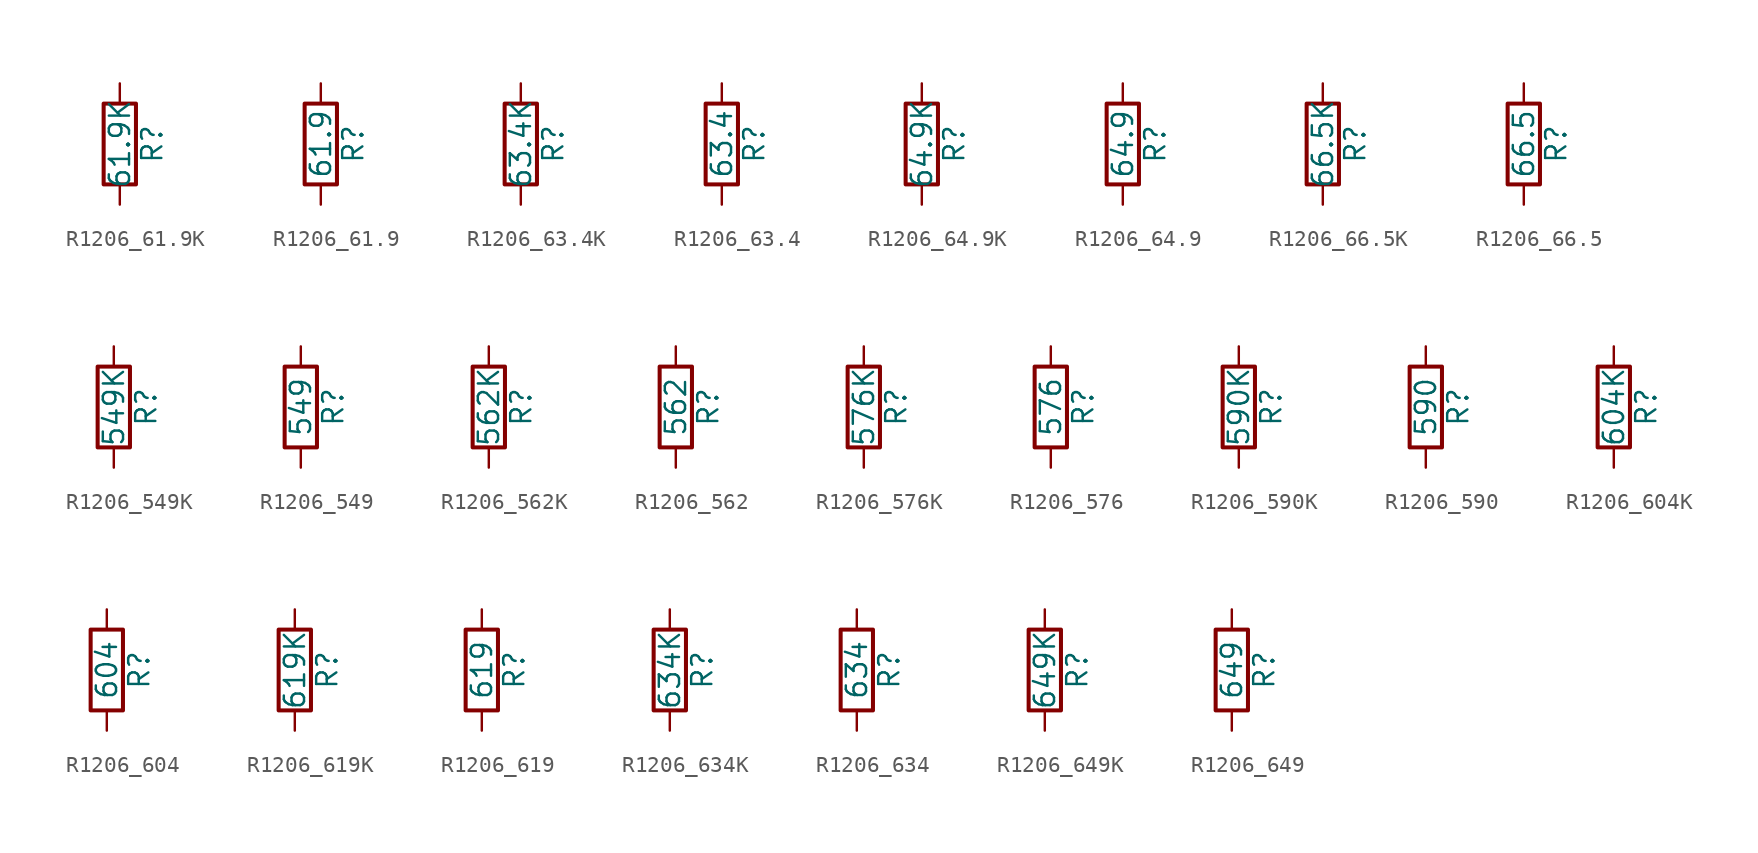
<source format=kicad_sym>
(kicad_symbol_lib
  (version 20211014)
  (generator atlantix-eda)
  (symbol "R1206_61.9K"
    (pin_numbers hide)
    (pin_names
      (offset 0))
    (property "Reference" "R"
      (at 2.032 0 90)
      (effects (font (size 1.27 1.27))))
    (property "Value" "61.9K"
      (at 0 0 90)
      (effects (font (size 1.27 1.27))))
    (symbol "R1206_61.9K_0_1"
      (rectangle (start -1.016 -2.54) (end 1.016 2.54) (stroke (width 0.254) (type default) (color 0 0 0 0)) (fill (type none))))
    (symbol "R1206_61.9K_1_1"
      (pin passive line (at 0 3.81 270) (length 1.27) (name "~" (effects (font (size 1.27 1.27)))) (number "1" (effects (font (size 1.27 1.27)))))
      (pin passive line (at 0 -3.81 90) (length 1.27) (name "~" (effects (font (size 1.27 1.27)))) (number "2" (effects (font (size 1.27 1.27)))))))
  (symbol "R1206_61.9"
    (pin_numbers hide)
    (pin_names
      (offset 0))
    (property "Reference" "R"
      (at 2.032 0 90)
      (effects (font (size 1.27 1.27))))
    (property "Value" "61.9"
      (at 0 0 90)
      (effects (font (size 1.27 1.27))))
    (symbol "R1206_61.9_0_1"
      (rectangle (start -1.016 -2.54) (end 1.016 2.54) (stroke (width 0.254) (type default) (color 0 0 0 0)) (fill (type none))))
    (symbol "R1206_61.9_1_1"
      (pin passive line (at 0 3.81 270) (length 1.27) (name "~" (effects (font (size 1.27 1.27)))) (number "1" (effects (font (size 1.27 1.27)))))
      (pin passive line (at 0 -3.81 90) (length 1.27) (name "~" (effects (font (size 1.27 1.27)))) (number "2" (effects (font (size 1.27 1.27)))))))
  (symbol "R1206_63.4K"
    (pin_numbers hide)
    (pin_names
      (offset 0))
    (property "Reference" "R"
      (at 2.032 0 90)
      (effects (font (size 1.27 1.27))))
    (property "Value" "63.4K"
      (at 0 0 90)
      (effects (font (size 1.27 1.27))))
    (symbol "R1206_63.4K_0_1"
      (rectangle (start -1.016 -2.54) (end 1.016 2.54) (stroke (width 0.254) (type default) (color 0 0 0 0)) (fill (type none))))
    (symbol "R1206_63.4K_1_1"
      (pin passive line (at 0 3.81 270) (length 1.27) (name "~" (effects (font (size 1.27 1.27)))) (number "1" (effects (font (size 1.27 1.27)))))
      (pin passive line (at 0 -3.81 90) (length 1.27) (name "~" (effects (font (size 1.27 1.27)))) (number "2" (effects (font (size 1.27 1.27)))))))
  (symbol "R1206_63.4"
    (pin_numbers hide)
    (pin_names
      (offset 0))
    (property "Reference" "R"
      (at 2.032 0 90)
      (effects (font (size 1.27 1.27))))
    (property "Value" "63.4"
      (at 0 0 90)
      (effects (font (size 1.27 1.27))))
    (symbol "R1206_63.4_0_1"
      (rectangle (start -1.016 -2.54) (end 1.016 2.54) (stroke (width 0.254) (type default) (color 0 0 0 0)) (fill (type none))))
    (symbol "R1206_63.4_1_1"
      (pin passive line (at 0 3.81 270) (length 1.27) (name "~" (effects (font (size 1.27 1.27)))) (number "1" (effects (font (size 1.27 1.27)))))
      (pin passive line (at 0 -3.81 90) (length 1.27) (name "~" (effects (font (size 1.27 1.27)))) (number "2" (effects (font (size 1.27 1.27)))))))
  (symbol "R1206_64.9K"
    (pin_numbers hide)
    (pin_names
      (offset 0))
    (property "Reference" "R"
      (at 2.032 0 90)
      (effects (font (size 1.27 1.27))))
    (property "Value" "64.9K"
      (at 0 0 90)
      (effects (font (size 1.27 1.27))))
    (symbol "R1206_64.9K_0_1"
      (rectangle (start -1.016 -2.54) (end 1.016 2.54) (stroke (width 0.254) (type default) (color 0 0 0 0)) (fill (type none))))
    (symbol "R1206_64.9K_1_1"
      (pin passive line (at 0 3.81 270) (length 1.27) (name "~" (effects (font (size 1.27 1.27)))) (number "1" (effects (font (size 1.27 1.27)))))
      (pin passive line (at 0 -3.81 90) (length 1.27) (name "~" (effects (font (size 1.27 1.27)))) (number "2" (effects (font (size 1.27 1.27)))))))
  (symbol "R1206_64.9"
    (pin_numbers hide)
    (pin_names
      (offset 0))
    (property "Reference" "R"
      (at 2.032 0 90)
      (effects (font (size 1.27 1.27))))
    (property "Value" "64.9"
      (at 0 0 90)
      (effects (font (size 1.27 1.27))))
    (symbol "R1206_64.9_0_1"
      (rectangle (start -1.016 -2.54) (end 1.016 2.54) (stroke (width 0.254) (type default) (color 0 0 0 0)) (fill (type none))))
    (symbol "R1206_64.9_1_1"
      (pin passive line (at 0 3.81 270) (length 1.27) (name "~" (effects (font (size 1.27 1.27)))) (number "1" (effects (font (size 1.27 1.27)))))
      (pin passive line (at 0 -3.81 90) (length 1.27) (name "~" (effects (font (size 1.27 1.27)))) (number "2" (effects (font (size 1.27 1.27)))))))
  (symbol "R1206_66.5K"
    (pin_numbers hide)
    (pin_names
      (offset 0))
    (property "Reference" "R"
      (at 2.032 0 90)
      (effects (font (size 1.27 1.27))))
    (property "Value" "66.5K"
      (at 0 0 90)
      (effects (font (size 1.27 1.27))))
    (symbol "R1206_66.5K_0_1"
      (rectangle (start -1.016 -2.54) (end 1.016 2.54) (stroke (width 0.254) (type default) (color 0 0 0 0)) (fill (type none))))
    (symbol "R1206_66.5K_1_1"
      (pin passive line (at 0 3.81 270) (length 1.27) (name "~" (effects (font (size 1.27 1.27)))) (number "1" (effects (font (size 1.27 1.27)))))
      (pin passive line (at 0 -3.81 90) (length 1.27) (name "~" (effects (font (size 1.27 1.27)))) (number "2" (effects (font (size 1.27 1.27)))))))
  (symbol "R1206_66.5"
    (pin_numbers hide)
    (pin_names
      (offset 0))
    (property "Reference" "R"
      (at 2.032 0 90)
      (effects (font (size 1.27 1.27))))
    (property "Value" "66.5"
      (at 0 0 90)
      (effects (font (size 1.27 1.27))))
    (symbol "R1206_66.5_0_1"
      (rectangle (start -1.016 -2.54) (end 1.016 2.54) (stroke (width 0.254) (type default) (color 0 0 0 0)) (fill (type none))))
    (symbol "R1206_66.5_1_1"
      (pin passive line (at 0 3.81 270) (length 1.27) (name "~" (effects (font (size 1.27 1.27)))) (number "1" (effects (font (size 1.27 1.27)))))
      (pin passive line (at 0 -3.81 90) (length 1.27) (name "~" (effects (font (size 1.27 1.27)))) (number "2" (effects (font (size 1.27 1.27)))))))
  (symbol "R1206_549K"
    (pin_numbers hide)
    (pin_names
      (offset 0))
    (property "Reference" "R"
      (at 2.032 0 90)
      (effects (font (size 1.27 1.27))))
    (property "Value" "549K"
      (at 0 0 90)
      (effects (font (size 1.27 1.27))))
    (symbol "R1206_549K_0_1"
      (rectangle (start -1.016 -2.54) (end 1.016 2.54) (stroke (width 0.254) (type default) (color 0 0 0 0)) (fill (type none))))
    (symbol "R1206_549K_1_1"
      (pin passive line (at 0 3.81 270) (length 1.27) (name "~" (effects (font (size 1.27 1.27)))) (number "1" (effects (font (size 1.27 1.27)))))
      (pin passive line (at 0 -3.81 90) (length 1.27) (name "~" (effects (font (size 1.27 1.27)))) (number "2" (effects (font (size 1.27 1.27)))))))
  (symbol "R1206_549"
    (pin_numbers hide)
    (pin_names
      (offset 0))
    (property "Reference" "R"
      (at 2.032 0 90)
      (effects (font (size 1.27 1.27))))
    (property "Value" "549"
      (at 0 0 90)
      (effects (font (size 1.27 1.27))))
    (symbol "R1206_549_0_1"
      (rectangle (start -1.016 -2.54) (end 1.016 2.54) (stroke (width 0.254) (type default) (color 0 0 0 0)) (fill (type none))))
    (symbol "R1206_549_1_1"
      (pin passive line (at 0 3.81 270) (length 1.27) (name "~" (effects (font (size 1.27 1.27)))) (number "1" (effects (font (size 1.27 1.27)))))
      (pin passive line (at 0 -3.81 90) (length 1.27) (name "~" (effects (font (size 1.27 1.27)))) (number "2" (effects (font (size 1.27 1.27)))))))
  (symbol "R1206_562K"
    (pin_numbers hide)
    (pin_names
      (offset 0))
    (property "Reference" "R"
      (at 2.032 0 90)
      (effects (font (size 1.27 1.27))))
    (property "Value" "562K"
      (at 0 0 90)
      (effects (font (size 1.27 1.27))))
    (symbol "R1206_562K_0_1"
      (rectangle (start -1.016 -2.54) (end 1.016 2.54) (stroke (width 0.254) (type default) (color 0 0 0 0)) (fill (type none))))
    (symbol "R1206_562K_1_1"
      (pin passive line (at 0 3.81 270) (length 1.27) (name "~" (effects (font (size 1.27 1.27)))) (number "1" (effects (font (size 1.27 1.27)))))
      (pin passive line (at 0 -3.81 90) (length 1.27) (name "~" (effects (font (size 1.27 1.27)))) (number "2" (effects (font (size 1.27 1.27)))))))
  (symbol "R1206_562"
    (pin_numbers hide)
    (pin_names
      (offset 0))
    (property "Reference" "R"
      (at 2.032 0 90)
      (effects (font (size 1.27 1.27))))
    (property "Value" "562"
      (at 0 0 90)
      (effects (font (size 1.27 1.27))))
    (symbol "R1206_562_0_1"
      (rectangle (start -1.016 -2.54) (end 1.016 2.54) (stroke (width 0.254) (type default) (color 0 0 0 0)) (fill (type none))))
    (symbol "R1206_562_1_1"
      (pin passive line (at 0 3.81 270) (length 1.27) (name "~" (effects (font (size 1.27 1.27)))) (number "1" (effects (font (size 1.27 1.27)))))
      (pin passive line (at 0 -3.81 90) (length 1.27) (name "~" (effects (font (size 1.27 1.27)))) (number "2" (effects (font (size 1.27 1.27)))))))
  (symbol "R1206_576K"
    (pin_numbers hide)
    (pin_names
      (offset 0))
    (property "Reference" "R"
      (at 2.032 0 90)
      (effects (font (size 1.27 1.27))))
    (property "Value" "576K"
      (at 0 0 90)
      (effects (font (size 1.27 1.27))))
    (symbol "R1206_576K_0_1"
      (rectangle (start -1.016 -2.54) (end 1.016 2.54) (stroke (width 0.254) (type default) (color 0 0 0 0)) (fill (type none))))
    (symbol "R1206_576K_1_1"
      (pin passive line (at 0 3.81 270) (length 1.27) (name "~" (effects (font (size 1.27 1.27)))) (number "1" (effects (font (size 1.27 1.27)))))
      (pin passive line (at 0 -3.81 90) (length 1.27) (name "~" (effects (font (size 1.27 1.27)))) (number "2" (effects (font (size 1.27 1.27)))))))
  (symbol "R1206_576"
    (pin_numbers hide)
    (pin_names
      (offset 0))
    (property "Reference" "R"
      (at 2.032 0 90)
      (effects (font (size 1.27 1.27))))
    (property "Value" "576"
      (at 0 0 90)
      (effects (font (size 1.27 1.27))))
    (symbol "R1206_576_0_1"
      (rectangle (start -1.016 -2.54) (end 1.016 2.54) (stroke (width 0.254) (type default) (color 0 0 0 0)) (fill (type none))))
    (symbol "R1206_576_1_1"
      (pin passive line (at 0 3.81 270) (length 1.27) (name "~" (effects (font (size 1.27 1.27)))) (number "1" (effects (font (size 1.27 1.27)))))
      (pin passive line (at 0 -3.81 90) (length 1.27) (name "~" (effects (font (size 1.27 1.27)))) (number "2" (effects (font (size 1.27 1.27)))))))
  (symbol "R1206_590K"
    (pin_numbers hide)
    (pin_names
      (offset 0))
    (property "Reference" "R"
      (at 2.032 0 90)
      (effects (font (size 1.27 1.27))))
    (property "Value" "590K"
      (at 0 0 90)
      (effects (font (size 1.27 1.27))))
    (symbol "R1206_590K_0_1"
      (rectangle (start -1.016 -2.54) (end 1.016 2.54) (stroke (width 0.254) (type default) (color 0 0 0 0)) (fill (type none))))
    (symbol "R1206_590K_1_1"
      (pin passive line (at 0 3.81 270) (length 1.27) (name "~" (effects (font (size 1.27 1.27)))) (number "1" (effects (font (size 1.27 1.27)))))
      (pin passive line (at 0 -3.81 90) (length 1.27) (name "~" (effects (font (size 1.27 1.27)))) (number "2" (effects (font (size 1.27 1.27)))))))
  (symbol "R1206_590"
    (pin_numbers hide)
    (pin_names
      (offset 0))
    (property "Reference" "R"
      (at 2.032 0 90)
      (effects (font (size 1.27 1.27))))
    (property "Value" "590"
      (at 0 0 90)
      (effects (font (size 1.27 1.27))))
    (symbol "R1206_590_0_1"
      (rectangle (start -1.016 -2.54) (end 1.016 2.54) (stroke (width 0.254) (type default) (color 0 0 0 0)) (fill (type none))))
    (symbol "R1206_590_1_1"
      (pin passive line (at 0 3.81 270) (length 1.27) (name "~" (effects (font (size 1.27 1.27)))) (number "1" (effects (font (size 1.27 1.27)))))
      (pin passive line (at 0 -3.81 90) (length 1.27) (name "~" (effects (font (size 1.27 1.27)))) (number "2" (effects (font (size 1.27 1.27)))))))
  (symbol "R1206_604K"
    (pin_numbers hide)
    (pin_names
      (offset 0))
    (property "Reference" "R"
      (at 2.032 0 90)
      (effects (font (size 1.27 1.27))))
    (property "Value" "604K"
      (at 0 0 90)
      (effects (font (size 1.27 1.27))))
    (symbol "R1206_604K_0_1"
      (rectangle (start -1.016 -2.54) (end 1.016 2.54) (stroke (width 0.254) (type default) (color 0 0 0 0)) (fill (type none))))
    (symbol "R1206_604K_1_1"
      (pin passive line (at 0 3.81 270) (length 1.27) (name "~" (effects (font (size 1.27 1.27)))) (number "1" (effects (font (size 1.27 1.27)))))
      (pin passive line (at 0 -3.81 90) (length 1.27) (name "~" (effects (font (size 1.27 1.27)))) (number "2" (effects (font (size 1.27 1.27)))))))
  (symbol "R1206_604"
    (pin_numbers hide)
    (pin_names
      (offset 0))
    (property "Reference" "R"
      (at 2.032 0 90)
      (effects (font (size 1.27 1.27))))
    (property "Value" "604"
      (at 0 0 90)
      (effects (font (size 1.27 1.27))))
    (symbol "R1206_604_0_1"
      (rectangle (start -1.016 -2.54) (end 1.016 2.54) (stroke (width 0.254) (type default) (color 0 0 0 0)) (fill (type none))))
    (symbol "R1206_604_1_1"
      (pin passive line (at 0 3.81 270) (length 1.27) (name "~" (effects (font (size 1.27 1.27)))) (number "1" (effects (font (size 1.27 1.27)))))
      (pin passive line (at 0 -3.81 90) (length 1.27) (name "~" (effects (font (size 1.27 1.27)))) (number "2" (effects (font (size 1.27 1.27)))))))
  (symbol "R1206_619K"
    (pin_numbers hide)
    (pin_names
      (offset 0))
    (property "Reference" "R"
      (at 2.032 0 90)
      (effects (font (size 1.27 1.27))))
    (property "Value" "619K"
      (at 0 0 90)
      (effects (font (size 1.27 1.27))))
    (symbol "R1206_619K_0_1"
      (rectangle (start -1.016 -2.54) (end 1.016 2.54) (stroke (width 0.254) (type default) (color 0 0 0 0)) (fill (type none))))
    (symbol "R1206_619K_1_1"
      (pin passive line (at 0 3.81 270) (length 1.27) (name "~" (effects (font (size 1.27 1.27)))) (number "1" (effects (font (size 1.27 1.27)))))
      (pin passive line (at 0 -3.81 90) (length 1.27) (name "~" (effects (font (size 1.27 1.27)))) (number "2" (effects (font (size 1.27 1.27)))))))
  (symbol "R1206_619"
    (pin_numbers hide)
    (pin_names
      (offset 0))
    (property "Reference" "R"
      (at 2.032 0 90)
      (effects (font (size 1.27 1.27))))
    (property "Value" "619"
      (at 0 0 90)
      (effects (font (size 1.27 1.27))))
    (symbol "R1206_619_0_1"
      (rectangle (start -1.016 -2.54) (end 1.016 2.54) (stroke (width 0.254) (type default) (color 0 0 0 0)) (fill (type none))))
    (symbol "R1206_619_1_1"
      (pin passive line (at 0 3.81 270) (length 1.27) (name "~" (effects (font (size 1.27 1.27)))) (number "1" (effects (font (size 1.27 1.27)))))
      (pin passive line (at 0 -3.81 90) (length 1.27) (name "~" (effects (font (size 1.27 1.27)))) (number "2" (effects (font (size 1.27 1.27)))))))
  (symbol "R1206_634K"
    (pin_numbers hide)
    (pin_names
      (offset 0))
    (property "Reference" "R"
      (at 2.032 0 90)
      (effects (font (size 1.27 1.27))))
    (property "Value" "634K"
      (at 0 0 90)
      (effects (font (size 1.27 1.27))))
    (symbol "R1206_634K_0_1"
      (rectangle (start -1.016 -2.54) (end 1.016 2.54) (stroke (width 0.254) (type default) (color 0 0 0 0)) (fill (type none))))
    (symbol "R1206_634K_1_1"
      (pin passive line (at 0 3.81 270) (length 1.27) (name "~" (effects (font (size 1.27 1.27)))) (number "1" (effects (font (size 1.27 1.27)))))
      (pin passive line (at 0 -3.81 90) (length 1.27) (name "~" (effects (font (size 1.27 1.27)))) (number "2" (effects (font (size 1.27 1.27)))))))
  (symbol "R1206_634"
    (pin_numbers hide)
    (pin_names
      (offset 0))
    (property "Reference" "R"
      (at 2.032 0 90)
      (effects (font (size 1.27 1.27))))
    (property "Value" "634"
      (at 0 0 90)
      (effects (font (size 1.27 1.27))))
    (symbol "R1206_634_0_1"
      (rectangle (start -1.016 -2.54) (end 1.016 2.54) (stroke (width 0.254) (type default) (color 0 0 0 0)) (fill (type none))))
    (symbol "R1206_634_1_1"
      (pin passive line (at 0 3.81 270) (length 1.27) (name "~" (effects (font (size 1.27 1.27)))) (number "1" (effects (font (size 1.27 1.27)))))
      (pin passive line (at 0 -3.81 90) (length 1.27) (name "~" (effects (font (size 1.27 1.27)))) (number "2" (effects (font (size 1.27 1.27)))))))
  (symbol "R1206_649K"
    (pin_numbers hide)
    (pin_names
      (offset 0))
    (property "Reference" "R"
      (at 2.032 0 90)
      (effects (font (size 1.27 1.27))))
    (property "Value" "649K"
      (at 0 0 90)
      (effects (font (size 1.27 1.27))))
    (symbol "R1206_649K_0_1"
      (rectangle (start -1.016 -2.54) (end 1.016 2.54) (stroke (width 0.254) (type default) (color 0 0 0 0)) (fill (type none))))
    (symbol "R1206_649K_1_1"
      (pin passive line (at 0 3.81 270) (length 1.27) (name "~" (effects (font (size 1.27 1.27)))) (number "1" (effects (font (size 1.27 1.27)))))
      (pin passive line (at 0 -3.81 90) (length 1.27) (name "~" (effects (font (size 1.27 1.27)))) (number "2" (effects (font (size 1.27 1.27)))))))
  (symbol "R1206_649"
    (pin_numbers hide)
    (pin_names
      (offset 0))
    (property "Reference" "R"
      (at 2.032 0 90)
      (effects (font (size 1.27 1.27))))
    (property "Value" "649"
      (at 0 0 90)
      (effects (font (size 1.27 1.27))))
    (symbol "R1206_649_0_1"
      (rectangle (start -1.016 -2.54) (end 1.016 2.54) (stroke (width 0.254) (type default) (color 0 0 0 0)) (fill (type none))))
    (symbol "R1206_649_1_1"
      (pin passive line (at 0 3.81 270) (length 1.27) (name "~" (effects (font (size 1.27 1.27)))) (number "1" (effects (font (size 1.27 1.27)))))
      (pin passive line (at 0 -3.81 90) (length 1.27) (name "~" (effects (font (size 1.27 1.27)))) (number "2" (effects (font (size 1.27 1.27))))))))
</source>
